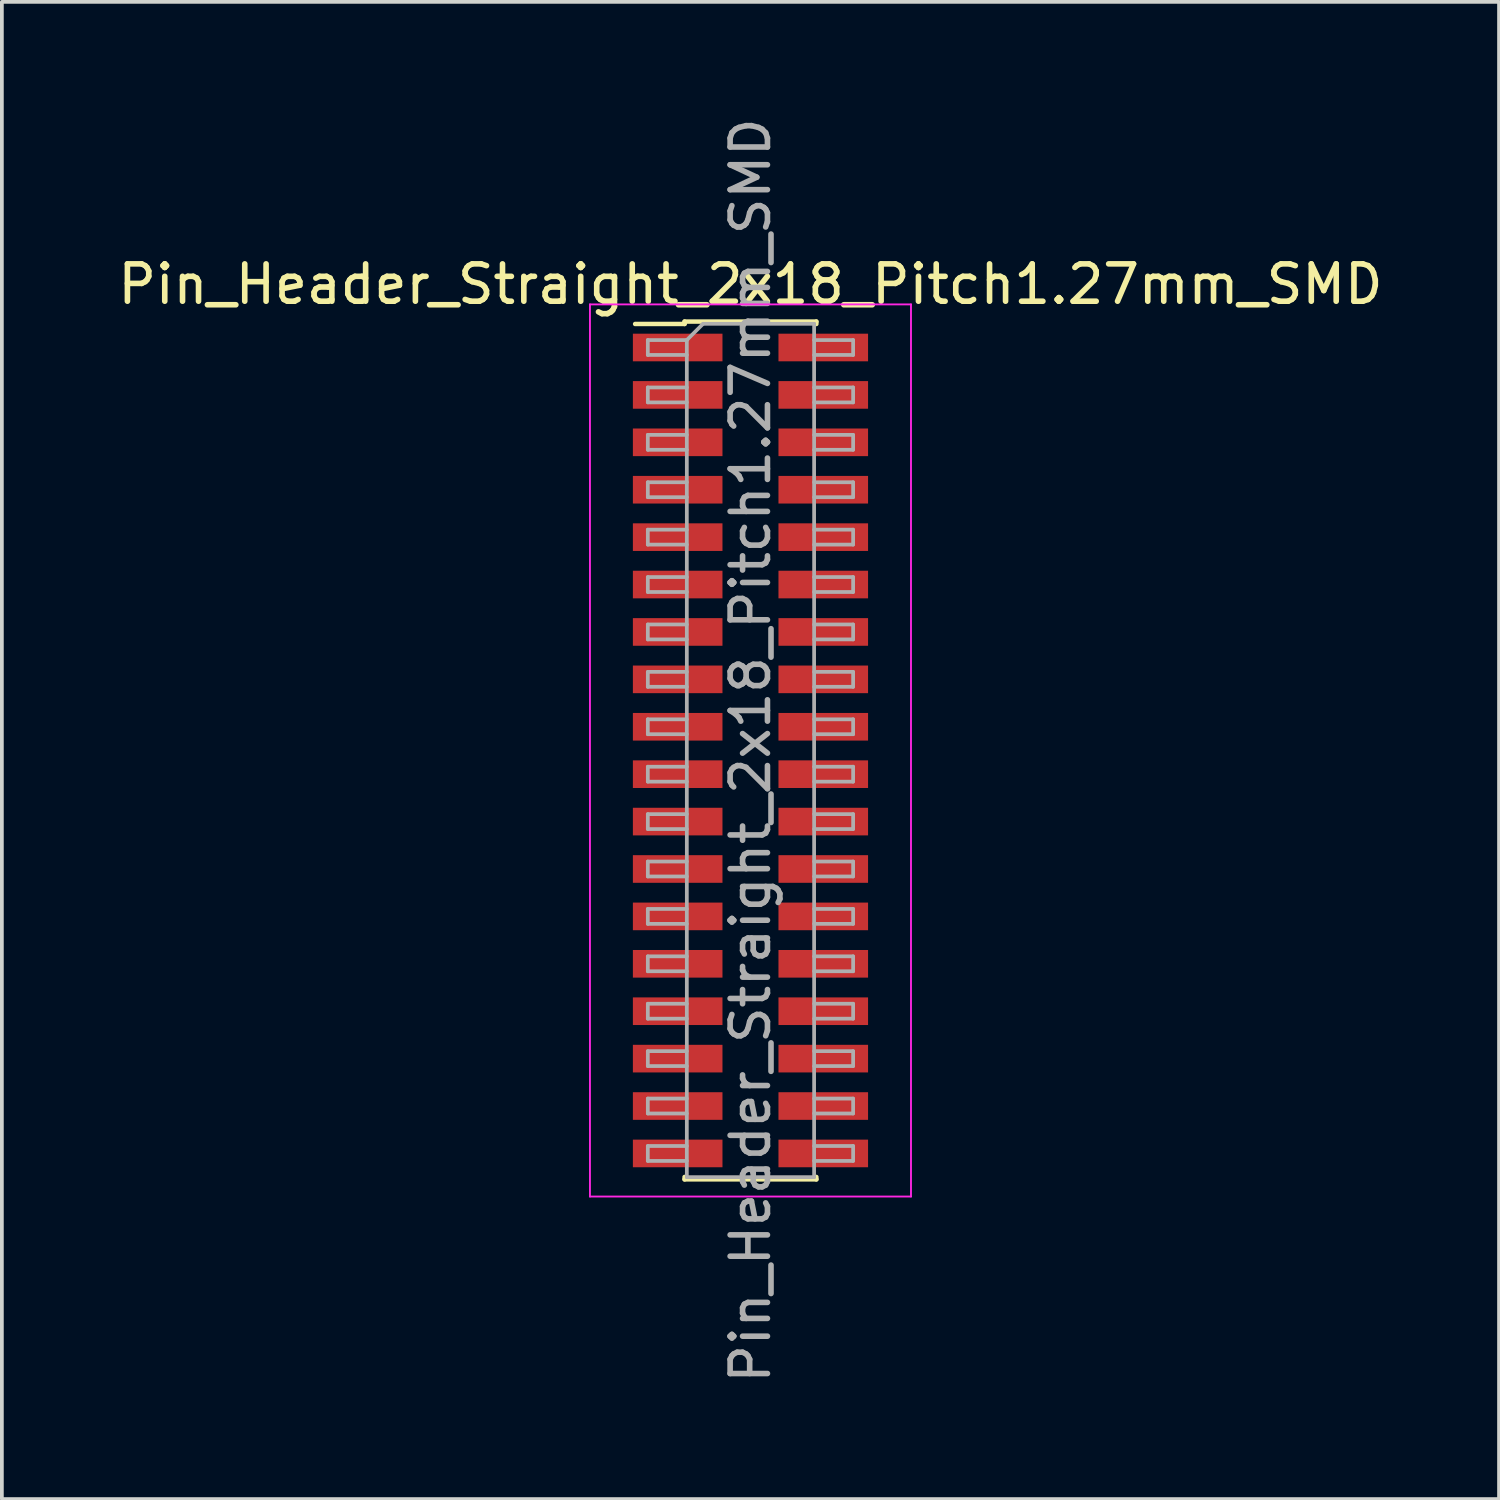
<source format=kicad_pcb>
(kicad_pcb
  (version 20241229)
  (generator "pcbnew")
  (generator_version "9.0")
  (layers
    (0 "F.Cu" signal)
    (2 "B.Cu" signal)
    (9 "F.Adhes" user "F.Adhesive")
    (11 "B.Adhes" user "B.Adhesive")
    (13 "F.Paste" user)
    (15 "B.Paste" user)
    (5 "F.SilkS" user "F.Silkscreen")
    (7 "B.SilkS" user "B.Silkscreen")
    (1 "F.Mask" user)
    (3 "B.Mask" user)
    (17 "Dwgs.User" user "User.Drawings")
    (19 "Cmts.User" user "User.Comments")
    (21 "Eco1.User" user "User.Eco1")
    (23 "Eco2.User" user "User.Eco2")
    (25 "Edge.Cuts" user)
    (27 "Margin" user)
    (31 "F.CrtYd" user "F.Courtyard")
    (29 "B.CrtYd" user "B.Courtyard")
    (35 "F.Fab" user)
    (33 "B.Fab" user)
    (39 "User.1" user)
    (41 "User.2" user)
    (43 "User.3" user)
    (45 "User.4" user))
  (footprint "Pin_Header_Straight_2x18_Pitch1.27mm_SMD"
    (layer "F.Cu")
    (at 17.054 17.054)
    (property "Reference" "Pin_Header_Straight_2x18_Pitch1.27mm_SMD" (at 0 -12.49 0) (layer "F.SilkS") (effects (font (size 1 1) (thickness 0.15))))
    (attr smd)
    (fp_line (start -3.09 -11.425) (end -1.765 -11.425) (stroke (width 0.12) (type solid)) (layer "F.SilkS"))
    (fp_line (start -1.765 -11.49) (end -1.765 -11.425) (stroke (width 0.12) (type solid)) (layer "F.SilkS"))
    (fp_line (start -1.765 -11.49) (end 1.765 -11.49) (stroke (width 0.12) (type solid)) (layer "F.SilkS"))
    (fp_line (start -1.765 11.425) (end -1.765 11.49) (stroke (width 0.12) (type solid)) (layer "F.SilkS"))
    (fp_line (start -1.765 11.49) (end 1.765 11.49) (stroke (width 0.12) (type solid)) (layer "F.SilkS"))
    (fp_line (start 1.765 -11.49) (end 1.765 -11.425) (stroke (width 0.12) (type solid)) (layer "F.SilkS"))
    (fp_line (start 1.765 11.425) (end 1.765 11.49) (stroke (width 0.12) (type solid)) (layer "F.SilkS"))
    (fp_line (start -4.3 -11.95) (end -4.3 11.95) (stroke (width 0.05) (type solid)) (layer "F.CrtYd"))
    (fp_line (start -4.3 11.95) (end 4.3 11.95) (stroke (width 0.05) (type solid)) (layer "F.CrtYd"))
    (fp_line (start 4.3 -11.95) (end -4.3 -11.95) (stroke (width 0.05) (type solid)) (layer "F.CrtYd"))
    (fp_line (start 4.3 11.95) (end 4.3 -11.95) (stroke (width 0.05) (type solid)) (layer "F.CrtYd"))
    (fp_line (start -2.75 -10.995) (end -2.75 -10.595) (stroke (width 0.1) (type solid)) (layer "F.Fab"))
    (fp_line (start -2.75 -10.595) (end -1.705 -10.595) (stroke (width 0.1) (type solid)) (layer "F.Fab"))
    (fp_line (start -2.75 -9.725) (end -2.75 -9.325) (stroke (width 0.1) (type solid)) (layer "F.Fab"))
    (fp_line (start -2.75 -9.325) (end -1.705 -9.325) (stroke (width 0.1) (type solid)) (layer "F.Fab"))
    (fp_line (start -2.75 -8.455) (end -2.75 -8.055) (stroke (width 0.1) (type solid)) (layer "F.Fab"))
    (fp_line (start -2.75 -8.055) (end -1.705 -8.055) (stroke (width 0.1) (type solid)) (layer "F.Fab"))
    (fp_line (start -2.75 -7.185) (end -2.75 -6.785) (stroke (width 0.1) (type solid)) (layer "F.Fab"))
    (fp_line (start -2.75 -6.785) (end -1.705 -6.785) (stroke (width 0.1) (type solid)) (layer "F.Fab"))
    (fp_line (start -2.75 -5.915) (end -2.75 -5.515) (stroke (width 0.1) (type solid)) (layer "F.Fab"))
    (fp_line (start -2.75 -5.515) (end -1.705 -5.515) (stroke (width 0.1) (type solid)) (layer "F.Fab"))
    (fp_line (start -2.75 -4.645) (end -2.75 -4.245) (stroke (width 0.1) (type solid)) (layer "F.Fab"))
    (fp_line (start -2.75 -4.245) (end -1.705 -4.245) (stroke (width 0.1) (type solid)) (layer "F.Fab"))
    (fp_line (start -2.75 -3.375) (end -2.75 -2.975) (stroke (width 0.1) (type solid)) (layer "F.Fab"))
    (fp_line (start -2.75 -2.975) (end -1.705 -2.975) (stroke (width 0.1) (type solid)) (layer "F.Fab"))
    (fp_line (start -2.75 -2.105) (end -2.75 -1.705) (stroke (width 0.1) (type solid)) (layer "F.Fab"))
    (fp_line (start -2.75 -1.705) (end -1.705 -1.705) (stroke (width 0.1) (type solid)) (layer "F.Fab"))
    (fp_line (start -2.75 -0.835) (end -2.75 -0.435) (stroke (width 0.1) (type solid)) (layer "F.Fab"))
    (fp_line (start -2.75 -0.435) (end -1.705 -0.435) (stroke (width 0.1) (type solid)) (layer "F.Fab"))
    (fp_line (start -2.75 0.435) (end -2.75 0.835) (stroke (width 0.1) (type solid)) (layer "F.Fab"))
    (fp_line (start -2.75 0.835) (end -1.705 0.835) (stroke (width 0.1) (type solid)) (layer "F.Fab"))
    (fp_line (start -2.75 1.705) (end -2.75 2.105) (stroke (width 0.1) (type solid)) (layer "F.Fab"))
    (fp_line (start -2.75 2.105) (end -1.705 2.105) (stroke (width 0.1) (type solid)) (layer "F.Fab"))
    (fp_line (start -2.75 2.975) (end -2.75 3.375) (stroke (width 0.1) (type solid)) (layer "F.Fab"))
    (fp_line (start -2.75 3.375) (end -1.705 3.375) (stroke (width 0.1) (type solid)) (layer "F.Fab"))
    (fp_line (start -2.75 4.245) (end -2.75 4.645) (stroke (width 0.1) (type solid)) (layer "F.Fab"))
    (fp_line (start -2.75 4.645) (end -1.705 4.645) (stroke (width 0.1) (type solid)) (layer "F.Fab"))
    (fp_line (start -2.75 5.515) (end -2.75 5.915) (stroke (width 0.1) (type solid)) (layer "F.Fab"))
    (fp_line (start -2.75 5.915) (end -1.705 5.915) (stroke (width 0.1) (type solid)) (layer "F.Fab"))
    (fp_line (start -2.75 6.785) (end -2.75 7.185) (stroke (width 0.1) (type solid)) (layer "F.Fab"))
    (fp_line (start -2.75 7.185) (end -1.705 7.185) (stroke (width 0.1) (type solid)) (layer "F.Fab"))
    (fp_line (start -2.75 8.055) (end -2.75 8.455) (stroke (width 0.1) (type solid)) (layer "F.Fab"))
    (fp_line (start -2.75 8.455) (end -1.705 8.455) (stroke (width 0.1) (type solid)) (layer "F.Fab"))
    (fp_line (start -2.75 9.325) (end -2.75 9.725) (stroke (width 0.1) (type solid)) (layer "F.Fab"))
    (fp_line (start -2.75 9.725) (end -1.705 9.725) (stroke (width 0.1) (type solid)) (layer "F.Fab"))
    (fp_line (start -2.75 10.595) (end -2.75 10.995) (stroke (width 0.1) (type solid)) (layer "F.Fab"))
    (fp_line (start -2.75 10.995) (end -1.705 10.995) (stroke (width 0.1) (type solid)) (layer "F.Fab"))
    (fp_line (start -1.705 -10.995) (end -2.75 -10.995) (stroke (width 0.1) (type solid)) (layer "F.Fab"))
    (fp_line (start -1.705 -10.995) (end -1.27 -11.43) (stroke (width 0.1) (type solid)) (layer "F.Fab"))
    (fp_line (start -1.705 -9.725) (end -2.75 -9.725) (stroke (width 0.1) (type solid)) (layer "F.Fab"))
    (fp_line (start -1.705 -8.455) (end -2.75 -8.455) (stroke (width 0.1) (type solid)) (layer "F.Fab"))
    (fp_line (start -1.705 -7.185) (end -2.75 -7.185) (stroke (width 0.1) (type solid)) (layer "F.Fab"))
    (fp_line (start -1.705 -5.915) (end -2.75 -5.915) (stroke (width 0.1) (type solid)) (layer "F.Fab"))
    (fp_line (start -1.705 -4.645) (end -2.75 -4.645) (stroke (width 0.1) (type solid)) (layer "F.Fab"))
    (fp_line (start -1.705 -3.375) (end -2.75 -3.375) (stroke (width 0.1) (type solid)) (layer "F.Fab"))
    (fp_line (start -1.705 -2.105) (end -2.75 -2.105) (stroke (width 0.1) (type solid)) (layer "F.Fab"))
    (fp_line (start -1.705 -0.835) (end -2.75 -0.835) (stroke (width 0.1) (type solid)) (layer "F.Fab"))
    (fp_line (start -1.705 0.435) (end -2.75 0.435) (stroke (width 0.1) (type solid)) (layer "F.Fab"))
    (fp_line (start -1.705 1.705) (end -2.75 1.705) (stroke (width 0.1) (type solid)) (layer "F.Fab"))
    (fp_line (start -1.705 2.975) (end -2.75 2.975) (stroke (width 0.1) (type solid)) (layer "F.Fab"))
    (fp_line (start -1.705 4.245) (end -2.75 4.245) (stroke (width 0.1) (type solid)) (layer "F.Fab"))
    (fp_line (start -1.705 5.515) (end -2.75 5.515) (stroke (width 0.1) (type solid)) (layer "F.Fab"))
    (fp_line (start -1.705 6.785) (end -2.75 6.785) (stroke (width 0.1) (type solid)) (layer "F.Fab"))
    (fp_line (start -1.705 8.055) (end -2.75 8.055) (stroke (width 0.1) (type solid)) (layer "F.Fab"))
    (fp_line (start -1.705 9.325) (end -2.75 9.325) (stroke (width 0.1) (type solid)) (layer "F.Fab"))
    (fp_line (start -1.705 10.595) (end -2.75 10.595) (stroke (width 0.1) (type solid)) (layer "F.Fab"))
    (fp_line (start -1.705 11.43) (end -1.705 -10.995) (stroke (width 0.1) (type solid)) (layer "F.Fab"))
    (fp_line (start -1.27 -11.43) (end 1.705 -11.43) (stroke (width 0.1) (type solid)) (layer "F.Fab"))
    (fp_line (start 1.705 -11.43) (end 1.705 11.43) (stroke (width 0.1) (type solid)) (layer "F.Fab"))
    (fp_line (start 1.705 -10.995) (end 2.75 -10.995) (stroke (width 0.1) (type solid)) (layer "F.Fab"))
    (fp_line (start 1.705 -9.725) (end 2.75 -9.725) (stroke (width 0.1) (type solid)) (layer "F.Fab"))
    (fp_line (start 1.705 -8.455) (end 2.75 -8.455) (stroke (width 0.1) (type solid)) (layer "F.Fab"))
    (fp_line (start 1.705 -7.185) (end 2.75 -7.185) (stroke (width 0.1) (type solid)) (layer "F.Fab"))
    (fp_line (start 1.705 -5.915) (end 2.75 -5.915) (stroke (width 0.1) (type solid)) (layer "F.Fab"))
    (fp_line (start 1.705 -4.645) (end 2.75 -4.645) (stroke (width 0.1) (type solid)) (layer "F.Fab"))
    (fp_line (start 1.705 -3.375) (end 2.75 -3.375) (stroke (width 0.1) (type solid)) (layer "F.Fab"))
    (fp_line (start 1.705 -2.105) (end 2.75 -2.105) (stroke (width 0.1) (type solid)) (layer "F.Fab"))
    (fp_line (start 1.705 -0.835) (end 2.75 -0.835) (stroke (width 0.1) (type solid)) (layer "F.Fab"))
    (fp_line (start 1.705 0.435) (end 2.75 0.435) (stroke (width 0.1) (type solid)) (layer "F.Fab"))
    (fp_line (start 1.705 1.705) (end 2.75 1.705) (stroke (width 0.1) (type solid)) (layer "F.Fab"))
    (fp_line (start 1.705 2.975) (end 2.75 2.975) (stroke (width 0.1) (type solid)) (layer "F.Fab"))
    (fp_line (start 1.705 4.245) (end 2.75 4.245) (stroke (width 0.1) (type solid)) (layer "F.Fab"))
    (fp_line (start 1.705 5.515) (end 2.75 5.515) (stroke (width 0.1) (type solid)) (layer "F.Fab"))
    (fp_line (start 1.705 6.785) (end 2.75 6.785) (stroke (width 0.1) (type solid)) (layer "F.Fab"))
    (fp_line (start 1.705 8.055) (end 2.75 8.055) (stroke (width 0.1) (type solid)) (layer "F.Fab"))
    (fp_line (start 1.705 9.325) (end 2.75 9.325) (stroke (width 0.1) (type solid)) (layer "F.Fab"))
    (fp_line (start 1.705 10.595) (end 2.75 10.595) (stroke (width 0.1) (type solid)) (layer "F.Fab"))
    (fp_line (start 1.705 11.43) (end -1.705 11.43) (stroke (width 0.1) (type solid)) (layer "F.Fab"))
    (fp_line (start 2.75 -10.995) (end 2.75 -10.595) (stroke (width 0.1) (type solid)) (layer "F.Fab"))
    (fp_line (start 2.75 -10.595) (end 1.705 -10.595) (stroke (width 0.1) (type solid)) (layer "F.Fab"))
    (fp_line (start 2.75 -9.725) (end 2.75 -9.325) (stroke (width 0.1) (type solid)) (layer "F.Fab"))
    (fp_line (start 2.75 -9.325) (end 1.705 -9.325) (stroke (width 0.1) (type solid)) (layer "F.Fab"))
    (fp_line (start 2.75 -8.455) (end 2.75 -8.055) (stroke (width 0.1) (type solid)) (layer "F.Fab"))
    (fp_line (start 2.75 -8.055) (end 1.705 -8.055) (stroke (width 0.1) (type solid)) (layer "F.Fab"))
    (fp_line (start 2.75 -7.185) (end 2.75 -6.785) (stroke (width 0.1) (type solid)) (layer "F.Fab"))
    (fp_line (start 2.75 -6.785) (end 1.705 -6.785) (stroke (width 0.1) (type solid)) (layer "F.Fab"))
    (fp_line (start 2.75 -5.915) (end 2.75 -5.515) (stroke (width 0.1) (type solid)) (layer "F.Fab"))
    (fp_line (start 2.75 -5.515) (end 1.705 -5.515) (stroke (width 0.1) (type solid)) (layer "F.Fab"))
    (fp_line (start 2.75 -4.645) (end 2.75 -4.245) (stroke (width 0.1) (type solid)) (layer "F.Fab"))
    (fp_line (start 2.75 -4.245) (end 1.705 -4.245) (stroke (width 0.1) (type solid)) (layer "F.Fab"))
    (fp_line (start 2.75 -3.375) (end 2.75 -2.975) (stroke (width 0.1) (type solid)) (layer "F.Fab"))
    (fp_line (start 2.75 -2.975) (end 1.705 -2.975) (stroke (width 0.1) (type solid)) (layer "F.Fab"))
    (fp_line (start 2.75 -2.105) (end 2.75 -1.705) (stroke (width 0.1) (type solid)) (layer "F.Fab"))
    (fp_line (start 2.75 -1.705) (end 1.705 -1.705) (stroke (width 0.1) (type solid)) (layer "F.Fab"))
    (fp_line (start 2.75 -0.835) (end 2.75 -0.435) (stroke (width 0.1) (type solid)) (layer "F.Fab"))
    (fp_line (start 2.75 -0.435) (end 1.705 -0.435) (stroke (width 0.1) (type solid)) (layer "F.Fab"))
    (fp_line (start 2.75 0.435) (end 2.75 0.835) (stroke (width 0.1) (type solid)) (layer "F.Fab"))
    (fp_line (start 2.75 0.835) (end 1.705 0.835) (stroke (width 0.1) (type solid)) (layer "F.Fab"))
    (fp_line (start 2.75 1.705) (end 2.75 2.105) (stroke (width 0.1) (type solid)) (layer "F.Fab"))
    (fp_line (start 2.75 2.105) (end 1.705 2.105) (stroke (width 0.1) (type solid)) (layer "F.Fab"))
    (fp_line (start 2.75 2.975) (end 2.75 3.375) (stroke (width 0.1) (type solid)) (layer "F.Fab"))
    (fp_line (start 2.75 3.375) (end 1.705 3.375) (stroke (width 0.1) (type solid)) (layer "F.Fab"))
    (fp_line (start 2.75 4.245) (end 2.75 4.645) (stroke (width 0.1) (type solid)) (layer "F.Fab"))
    (fp_line (start 2.75 4.645) (end 1.705 4.645) (stroke (width 0.1) (type solid)) (layer "F.Fab"))
    (fp_line (start 2.75 5.515) (end 2.75 5.915) (stroke (width 0.1) (type solid)) (layer "F.Fab"))
    (fp_line (start 2.75 5.915) (end 1.705 5.915) (stroke (width 0.1) (type solid)) (layer "F.Fab"))
    (fp_line (start 2.75 6.785) (end 2.75 7.185) (stroke (width 0.1) (type solid)) (layer "F.Fab"))
    (fp_line (start 2.75 7.185) (end 1.705 7.185) (stroke (width 0.1) (type solid)) (layer "F.Fab"))
    (fp_line (start 2.75 8.055) (end 2.75 8.455) (stroke (width 0.1) (type solid)) (layer "F.Fab"))
    (fp_line (start 2.75 8.455) (end 1.705 8.455) (stroke (width 0.1) (type solid)) (layer "F.Fab"))
    (fp_line (start 2.75 9.325) (end 2.75 9.725) (stroke (width 0.1) (type solid)) (layer "F.Fab"))
    (fp_line (start 2.75 9.725) (end 1.705 9.725) (stroke (width 0.1) (type solid)) (layer "F.Fab"))
    (fp_line (start 2.75 10.595) (end 2.75 10.995) (stroke (width 0.1) (type solid)) (layer "F.Fab"))
    (fp_line (start 2.75 10.995) (end 1.705 10.995) (stroke (width 0.1) (type solid)) (layer "F.Fab"))
    (fp_text user "${REFERENCE}" (at 0 0 90) (layer "F.Fab") (effects (font (size 1 1) (thickness 0.15))))
    (pad "1" smd rect (at -1.95 -10.795) (size 2.4 0.74) (layers "F.Cu" "F.Mask" "F.Paste"))
    (pad "2" smd rect (at 1.95 -10.795) (size 2.4 0.74) (layers "F.Cu" "F.Mask" "F.Paste"))
    (pad "3" smd rect (at -1.95 -9.525) (size 2.4 0.74) (layers "F.Cu" "F.Mask" "F.Paste"))
    (pad "4" smd rect (at 1.95 -9.525) (size 2.4 0.74) (layers "F.Cu" "F.Mask" "F.Paste"))
    (pad "5" smd rect (at -1.95 -8.255) (size 2.4 0.74) (layers "F.Cu" "F.Mask" "F.Paste"))
    (pad "6" smd rect (at 1.95 -8.255) (size 2.4 0.74) (layers "F.Cu" "F.Mask" "F.Paste"))
    (pad "7" smd rect (at -1.95 -6.985) (size 2.4 0.74) (layers "F.Cu" "F.Mask" "F.Paste"))
    (pad "8" smd rect (at 1.95 -6.985) (size 2.4 0.74) (layers "F.Cu" "F.Mask" "F.Paste"))
    (pad "9" smd rect (at -1.95 -5.715) (size 2.4 0.74) (layers "F.Cu" "F.Mask" "F.Paste"))
    (pad "10" smd rect (at 1.95 -5.715) (size 2.4 0.74) (layers "F.Cu" "F.Mask" "F.Paste"))
    (pad "11" smd rect (at -1.95 -4.445) (size 2.4 0.74) (layers "F.Cu" "F.Mask" "F.Paste"))
    (pad "12" smd rect (at 1.95 -4.445) (size 2.4 0.74) (layers "F.Cu" "F.Mask" "F.Paste"))
    (pad "13" smd rect (at -1.95 -3.175) (size 2.4 0.74) (layers "F.Cu" "F.Mask" "F.Paste"))
    (pad "14" smd rect (at 1.95 -3.175) (size 2.4 0.74) (layers "F.Cu" "F.Mask" "F.Paste"))
    (pad "15" smd rect (at -1.95 -1.905) (size 2.4 0.74) (layers "F.Cu" "F.Mask" "F.Paste"))
    (pad "16" smd rect (at 1.95 -1.905) (size 2.4 0.74) (layers "F.Cu" "F.Mask" "F.Paste"))
    (pad "17" smd rect (at -1.95 -0.635) (size 2.4 0.74) (layers "F.Cu" "F.Mask" "F.Paste"))
    (pad "18" smd rect (at 1.95 -0.635) (size 2.4 0.74) (layers "F.Cu" "F.Mask" "F.Paste"))
    (pad "19" smd rect (at -1.95 0.635) (size 2.4 0.74) (layers "F.Cu" "F.Mask" "F.Paste"))
    (pad "20" smd rect (at 1.95 0.635) (size 2.4 0.74) (layers "F.Cu" "F.Mask" "F.Paste"))
    (pad "21" smd rect (at -1.95 1.905) (size 2.4 0.74) (layers "F.Cu" "F.Mask" "F.Paste"))
    (pad "22" smd rect (at 1.95 1.905) (size 2.4 0.74) (layers "F.Cu" "F.Mask" "F.Paste"))
    (pad "23" smd rect (at -1.95 3.175) (size 2.4 0.74) (layers "F.Cu" "F.Mask" "F.Paste"))
    (pad "24" smd rect (at 1.95 3.175) (size 2.4 0.74) (layers "F.Cu" "F.Mask" "F.Paste"))
    (pad "25" smd rect (at -1.95 4.445) (size 2.4 0.74) (layers "F.Cu" "F.Mask" "F.Paste"))
    (pad "26" smd rect (at 1.95 4.445) (size 2.4 0.74) (layers "F.Cu" "F.Mask" "F.Paste"))
    (pad "27" smd rect (at -1.95 5.715) (size 2.4 0.74) (layers "F.Cu" "F.Mask" "F.Paste"))
    (pad "28" smd rect (at 1.95 5.715) (size 2.4 0.74) (layers "F.Cu" "F.Mask" "F.Paste"))
    (pad "29" smd rect (at -1.95 6.985) (size 2.4 0.74) (layers "F.Cu" "F.Mask" "F.Paste"))
    (pad "30" smd rect (at 1.95 6.985) (size 2.4 0.74) (layers "F.Cu" "F.Mask" "F.Paste"))
    (pad "31" smd rect (at -1.95 8.255) (size 2.4 0.74) (layers "F.Cu" "F.Mask" "F.Paste"))
    (pad "32" smd rect (at 1.95 8.255) (size 2.4 0.74) (layers "F.Cu" "F.Mask" "F.Paste"))
    (pad "33" smd rect (at -1.95 9.525) (size 2.4 0.74) (layers "F.Cu" "F.Mask" "F.Paste"))
    (pad "34" smd rect (at 1.95 9.525) (size 2.4 0.74) (layers "F.Cu" "F.Mask" "F.Paste"))
    (pad "35" smd rect (at -1.95 10.795) (size 2.4 0.74) (layers "F.Cu" "F.Mask" "F.Paste"))
    (pad "36" smd rect (at 1.95 10.795) (size 2.4 0.74) (layers "F.Cu" "F.Mask" "F.Paste")))
  (gr_rect
    (start -3 -3)
    (end 37.107 37.107)
    (stroke (width 0.1) (type default))
    (fill no)
    (layer "Edge.Cuts")))
</source>
